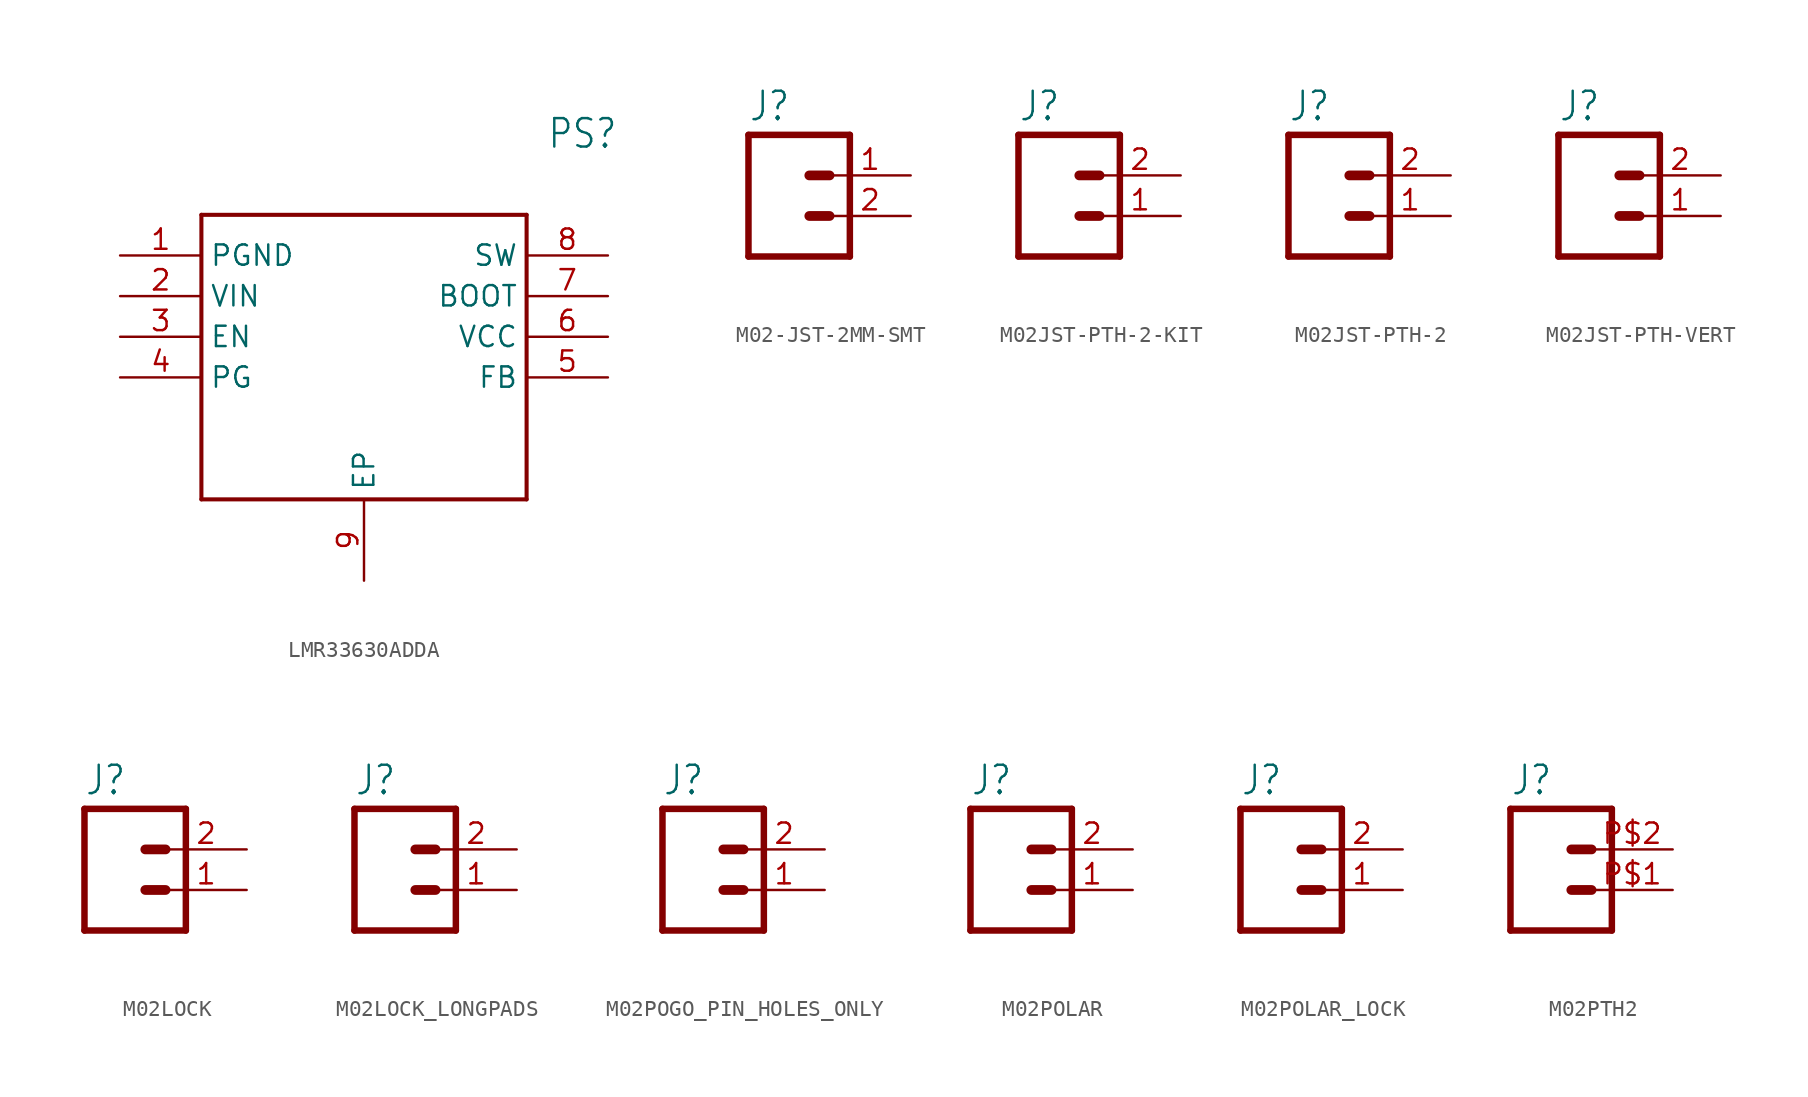
<source format=kicad_sym>
(kicad_symbol_lib
  (version 20231120)
  (generator "kicad_symbol_editor")
  (generator_version "8.0")
  (symbol "LMR33630ADDA"
    (property "Reference" "PS"
      (at 26.67 7.62 0)
      (effects (font (size 1.778 1.511)) (justify left)))
    (property "Value" ""
      (at 26.67 5.08 0)
      (effects (font (size 1.778 1.511)) (justify left)))
    (property "ki_locked" ""
      (at 0 0 0)
      (effects (font (size 1.27 1.27))))
    (symbol "LMR33630ADDA_1_0"
      (polyline (pts (xy 5.08 2.54) (xy 5.08 -15.24)) (stroke (width 0.254) (type solid)) (fill (type none)))
      (polyline (pts (xy 5.08 2.54) (xy 25.4 2.54)) (stroke (width 0.254) (type solid)) (fill (type none)))
      (polyline (pts (xy 25.4 -15.24) (xy 5.08 -15.24)) (stroke (width 0.254) (type solid)) (fill (type none)))
      (polyline (pts (xy 25.4 -15.24) (xy 25.4 2.54)) (stroke (width 0.254) (type solid)) (fill (type none)))
      (pin bidirectional line (at 0 0 0) (length 5.08) (name "PGND" (effects (font (size 1.27 1.27)))) (number "1" (effects (font (size 1.27 1.27)))))
      (pin bidirectional line (at 0 -2.54 0) (length 5.08) (name "VIN" (effects (font (size 1.27 1.27)))) (number "2" (effects (font (size 1.27 1.27)))))
      (pin bidirectional line (at 0 -5.08 0) (length 5.08) (name "EN" (effects (font (size 1.27 1.27)))) (number "3" (effects (font (size 1.27 1.27)))))
      (pin bidirectional line (at 0 -7.62 0) (length 5.08) (name "PG" (effects (font (size 1.27 1.27)))) (number "4" (effects (font (size 1.27 1.27)))))
      (pin bidirectional line (at 30.48 -7.62 180) (length 5.08) (name "FB" (effects (font (size 1.27 1.27)))) (number "5" (effects (font (size 1.27 1.27)))))
      (pin bidirectional line (at 30.48 -5.08 180) (length 5.08) (name "VCC" (effects (font (size 1.27 1.27)))) (number "6" (effects (font (size 1.27 1.27)))))
      (pin bidirectional line (at 30.48 -2.54 180) (length 5.08) (name "BOOT" (effects (font (size 1.27 1.27)))) (number "7" (effects (font (size 1.27 1.27)))))
      (pin bidirectional line (at 30.48 0 180) (length 5.08) (name "SW" (effects (font (size 1.27 1.27)))) (number "8" (effects (font (size 1.27 1.27)))))
      (pin bidirectional line (at 15.24 -20.32 90) (length 5.08) (name "EP" (effects (font (size 1.27 1.27)))) (number "9" (effects (font (size 1.27 1.27)))))))
  (symbol "M02-JST-2MM-SMT"
    (property "Reference" "J"
      (at -2.54 5.842 0)
      (effects (font (size 1.778 1.511)) (justify left bottom)))
    (property "Value" ""
      (at -2.54 -5.08 0)
      (effects (font (size 1.778 1.511)) (justify left bottom)))
    (property "ki_locked" ""
      (at 0 0 0)
      (effects (font (size 1.27 1.27))))
    (symbol "M02-JST-2MM-SMT_1_0"
      (polyline (pts (xy -2.54 5.08) (xy -2.54 -2.54)) (stroke (width 0.406) (type solid)) (fill (type none)))
      (polyline (pts (xy -2.54 5.08) (xy 3.81 5.08)) (stroke (width 0.406) (type solid)) (fill (type none)))
      (polyline (pts (xy 1.27 0) (xy 2.54 0)) (stroke (width 0.61) (type solid)) (fill (type none)))
      (polyline (pts (xy 1.27 2.54) (xy 2.54 2.54)) (stroke (width 0.61) (type solid)) (fill (type none)))
      (polyline (pts (xy 3.81 -2.54) (xy -2.54 -2.54)) (stroke (width 0.406) (type solid)) (fill (type none)))
      (polyline (pts (xy 3.81 -2.54) (xy 3.81 5.08)) (stroke (width 0.406) (type solid)) (fill (type none)))
      (pin passive line (at 7.62 2.54 180) (length 5.08) (name "2" (effects (font (size 0 0)))) (number "1" (effects (font (size 1.27 1.27)))))
      (pin passive line (at 7.62 0 180) (length 5.08) (name "1" (effects (font (size 0 0)))) (number "2" (effects (font (size 1.27 1.27)))))))
  (symbol "M02JST-PTH-2-KIT"
    (property "Reference" "J"
      (at -2.54 5.842 0)
      (effects (font (size 1.778 1.511)) (justify left bottom)))
    (property "Value" ""
      (at -2.54 -5.08 0)
      (effects (font (size 1.778 1.511)) (justify left bottom)))
    (property "ki_locked" ""
      (at 0 0 0)
      (effects (font (size 1.27 1.27))))
    (symbol "M02JST-PTH-2-KIT_1_0"
      (polyline (pts (xy -2.54 5.08) (xy -2.54 -2.54)) (stroke (width 0.406) (type solid)) (fill (type none)))
      (polyline (pts (xy -2.54 5.08) (xy 3.81 5.08)) (stroke (width 0.406) (type solid)) (fill (type none)))
      (polyline (pts (xy 1.27 0) (xy 2.54 0)) (stroke (width 0.61) (type solid)) (fill (type none)))
      (polyline (pts (xy 1.27 2.54) (xy 2.54 2.54)) (stroke (width 0.61) (type solid)) (fill (type none)))
      (polyline (pts (xy 3.81 -2.54) (xy -2.54 -2.54)) (stroke (width 0.406) (type solid)) (fill (type none)))
      (polyline (pts (xy 3.81 -2.54) (xy 3.81 5.08)) (stroke (width 0.406) (type solid)) (fill (type none)))
      (pin passive line (at 7.62 0 180) (length 5.08) (name "1" (effects (font (size 0 0)))) (number "1" (effects (font (size 1.27 1.27)))))
      (pin passive line (at 7.62 2.54 180) (length 5.08) (name "2" (effects (font (size 0 0)))) (number "2" (effects (font (size 1.27 1.27)))))))
  (symbol "M02JST-PTH-2"
    (property "Reference" "J"
      (at -2.54 5.842 0)
      (effects (font (size 1.778 1.511)) (justify left bottom)))
    (property "Value" ""
      (at -2.54 -5.08 0)
      (effects (font (size 1.778 1.511)) (justify left bottom)))
    (property "ki_locked" ""
      (at 0 0 0)
      (effects (font (size 1.27 1.27))))
    (symbol "M02JST-PTH-2_1_0"
      (polyline (pts (xy -2.54 5.08) (xy -2.54 -2.54)) (stroke (width 0.406) (type solid)) (fill (type none)))
      (polyline (pts (xy -2.54 5.08) (xy 3.81 5.08)) (stroke (width 0.406) (type solid)) (fill (type none)))
      (polyline (pts (xy 1.27 0) (xy 2.54 0)) (stroke (width 0.61) (type solid)) (fill (type none)))
      (polyline (pts (xy 1.27 2.54) (xy 2.54 2.54)) (stroke (width 0.61) (type solid)) (fill (type none)))
      (polyline (pts (xy 3.81 -2.54) (xy -2.54 -2.54)) (stroke (width 0.406) (type solid)) (fill (type none)))
      (polyline (pts (xy 3.81 -2.54) (xy 3.81 5.08)) (stroke (width 0.406) (type solid)) (fill (type none)))
      (pin passive line (at 7.62 0 180) (length 5.08) (name "1" (effects (font (size 0 0)))) (number "1" (effects (font (size 1.27 1.27)))))
      (pin passive line (at 7.62 2.54 180) (length 5.08) (name "2" (effects (font (size 0 0)))) (number "2" (effects (font (size 1.27 1.27)))))))
  (symbol "M02JST-PTH-VERT"
    (property "Reference" "J"
      (at -2.54 5.842 0)
      (effects (font (size 1.778 1.511)) (justify left bottom)))
    (property "Value" ""
      (at -2.54 -5.08 0)
      (effects (font (size 1.778 1.511)) (justify left bottom)))
    (property "ki_locked" ""
      (at 0 0 0)
      (effects (font (size 1.27 1.27))))
    (symbol "M02JST-PTH-VERT_1_0"
      (polyline (pts (xy -2.54 5.08) (xy -2.54 -2.54)) (stroke (width 0.406) (type solid)) (fill (type none)))
      (polyline (pts (xy -2.54 5.08) (xy 3.81 5.08)) (stroke (width 0.406) (type solid)) (fill (type none)))
      (polyline (pts (xy 1.27 0) (xy 2.54 0)) (stroke (width 0.61) (type solid)) (fill (type none)))
      (polyline (pts (xy 1.27 2.54) (xy 2.54 2.54)) (stroke (width 0.61) (type solid)) (fill (type none)))
      (polyline (pts (xy 3.81 -2.54) (xy -2.54 -2.54)) (stroke (width 0.406) (type solid)) (fill (type none)))
      (polyline (pts (xy 3.81 -2.54) (xy 3.81 5.08)) (stroke (width 0.406) (type solid)) (fill (type none)))
      (pin passive line (at 7.62 0 180) (length 5.08) (name "1" (effects (font (size 0 0)))) (number "1" (effects (font (size 1.27 1.27)))))
      (pin passive line (at 7.62 2.54 180) (length 5.08) (name "2" (effects (font (size 0 0)))) (number "2" (effects (font (size 1.27 1.27)))))))
  (symbol "M02LOCK"
    (property "Reference" "J"
      (at -2.54 5.842 0)
      (effects (font (size 1.778 1.511)) (justify left bottom)))
    (property "Value" ""
      (at -2.54 -5.08 0)
      (effects (font (size 1.778 1.511)) (justify left bottom)))
    (property "ki_locked" ""
      (at 0 0 0)
      (effects (font (size 1.27 1.27))))
    (symbol "M02LOCK_1_0"
      (polyline (pts (xy -2.54 5.08) (xy -2.54 -2.54)) (stroke (width 0.406) (type solid)) (fill (type none)))
      (polyline (pts (xy -2.54 5.08) (xy 3.81 5.08)) (stroke (width 0.406) (type solid)) (fill (type none)))
      (polyline (pts (xy 1.27 0) (xy 2.54 0)) (stroke (width 0.61) (type solid)) (fill (type none)))
      (polyline (pts (xy 1.27 2.54) (xy 2.54 2.54)) (stroke (width 0.61) (type solid)) (fill (type none)))
      (polyline (pts (xy 3.81 -2.54) (xy -2.54 -2.54)) (stroke (width 0.406) (type solid)) (fill (type none)))
      (polyline (pts (xy 3.81 -2.54) (xy 3.81 5.08)) (stroke (width 0.406) (type solid)) (fill (type none)))
      (pin passive line (at 7.62 0 180) (length 5.08) (name "1" (effects (font (size 0 0)))) (number "1" (effects (font (size 1.27 1.27)))))
      (pin passive line (at 7.62 2.54 180) (length 5.08) (name "2" (effects (font (size 0 0)))) (number "2" (effects (font (size 1.27 1.27)))))))
  (symbol "M02LOCK_LONGPADS"
    (property "Reference" "J"
      (at -2.54 5.842 0)
      (effects (font (size 1.778 1.511)) (justify left bottom)))
    (property "Value" ""
      (at -2.54 -5.08 0)
      (effects (font (size 1.778 1.511)) (justify left bottom)))
    (property "ki_locked" ""
      (at 0 0 0)
      (effects (font (size 1.27 1.27))))
    (symbol "M02LOCK_LONGPADS_1_0"
      (polyline (pts (xy -2.54 5.08) (xy -2.54 -2.54)) (stroke (width 0.406) (type solid)) (fill (type none)))
      (polyline (pts (xy -2.54 5.08) (xy 3.81 5.08)) (stroke (width 0.406) (type solid)) (fill (type none)))
      (polyline (pts (xy 1.27 0) (xy 2.54 0)) (stroke (width 0.61) (type solid)) (fill (type none)))
      (polyline (pts (xy 1.27 2.54) (xy 2.54 2.54)) (stroke (width 0.61) (type solid)) (fill (type none)))
      (polyline (pts (xy 3.81 -2.54) (xy -2.54 -2.54)) (stroke (width 0.406) (type solid)) (fill (type none)))
      (polyline (pts (xy 3.81 -2.54) (xy 3.81 5.08)) (stroke (width 0.406) (type solid)) (fill (type none)))
      (pin passive line (at 7.62 0 180) (length 5.08) (name "1" (effects (font (size 0 0)))) (number "1" (effects (font (size 1.27 1.27)))))
      (pin passive line (at 7.62 2.54 180) (length 5.08) (name "2" (effects (font (size 0 0)))) (number "2" (effects (font (size 1.27 1.27)))))))
  (symbol "M02POGO_PIN_HOLES_ONLY"
    (property "Reference" "J"
      (at -2.54 5.842 0)
      (effects (font (size 1.778 1.511)) (justify left bottom)))
    (property "Value" ""
      (at -2.54 -5.08 0)
      (effects (font (size 1.778 1.511)) (justify left bottom)))
    (property "ki_locked" ""
      (at 0 0 0)
      (effects (font (size 1.27 1.27))))
    (symbol "M02POGO_PIN_HOLES_ONLY_1_0"
      (polyline (pts (xy -2.54 5.08) (xy -2.54 -2.54)) (stroke (width 0.406) (type solid)) (fill (type none)))
      (polyline (pts (xy -2.54 5.08) (xy 3.81 5.08)) (stroke (width 0.406) (type solid)) (fill (type none)))
      (polyline (pts (xy 1.27 0) (xy 2.54 0)) (stroke (width 0.61) (type solid)) (fill (type none)))
      (polyline (pts (xy 1.27 2.54) (xy 2.54 2.54)) (stroke (width 0.61) (type solid)) (fill (type none)))
      (polyline (pts (xy 3.81 -2.54) (xy -2.54 -2.54)) (stroke (width 0.406) (type solid)) (fill (type none)))
      (polyline (pts (xy 3.81 -2.54) (xy 3.81 5.08)) (stroke (width 0.406) (type solid)) (fill (type none)))
      (pin passive line (at 7.62 0 180) (length 5.08) (name "1" (effects (font (size 0 0)))) (number "1" (effects (font (size 1.27 1.27)))))
      (pin passive line (at 7.62 2.54 180) (length 5.08) (name "2" (effects (font (size 0 0)))) (number "2" (effects (font (size 1.27 1.27)))))))
  (symbol "M02POLAR"
    (property "Reference" "J"
      (at -2.54 5.842 0)
      (effects (font (size 1.778 1.511)) (justify left bottom)))
    (property "Value" ""
      (at -2.54 -5.08 0)
      (effects (font (size 1.778 1.511)) (justify left bottom)))
    (property "ki_locked" ""
      (at 0 0 0)
      (effects (font (size 1.27 1.27))))
    (symbol "M02POLAR_1_0"
      (polyline (pts (xy -2.54 5.08) (xy -2.54 -2.54)) (stroke (width 0.406) (type solid)) (fill (type none)))
      (polyline (pts (xy -2.54 5.08) (xy 3.81 5.08)) (stroke (width 0.406) (type solid)) (fill (type none)))
      (polyline (pts (xy 1.27 0) (xy 2.54 0)) (stroke (width 0.61) (type solid)) (fill (type none)))
      (polyline (pts (xy 1.27 2.54) (xy 2.54 2.54)) (stroke (width 0.61) (type solid)) (fill (type none)))
      (polyline (pts (xy 3.81 -2.54) (xy -2.54 -2.54)) (stroke (width 0.406) (type solid)) (fill (type none)))
      (polyline (pts (xy 3.81 -2.54) (xy 3.81 5.08)) (stroke (width 0.406) (type solid)) (fill (type none)))
      (pin passive line (at 7.62 0 180) (length 5.08) (name "1" (effects (font (size 0 0)))) (number "1" (effects (font (size 1.27 1.27)))))
      (pin passive line (at 7.62 2.54 180) (length 5.08) (name "2" (effects (font (size 0 0)))) (number "2" (effects (font (size 1.27 1.27)))))))
  (symbol "M02POLAR_LOCK"
    (property "Reference" "J"
      (at -2.54 5.842 0)
      (effects (font (size 1.778 1.511)) (justify left bottom)))
    (property "Value" ""
      (at -2.54 -5.08 0)
      (effects (font (size 1.778 1.511)) (justify left bottom)))
    (property "ki_locked" ""
      (at 0 0 0)
      (effects (font (size 1.27 1.27))))
    (symbol "M02POLAR_LOCK_1_0"
      (polyline (pts (xy -2.54 5.08) (xy -2.54 -2.54)) (stroke (width 0.406) (type solid)) (fill (type none)))
      (polyline (pts (xy -2.54 5.08) (xy 3.81 5.08)) (stroke (width 0.406) (type solid)) (fill (type none)))
      (polyline (pts (xy 1.27 0) (xy 2.54 0)) (stroke (width 0.61) (type solid)) (fill (type none)))
      (polyline (pts (xy 1.27 2.54) (xy 2.54 2.54)) (stroke (width 0.61) (type solid)) (fill (type none)))
      (polyline (pts (xy 3.81 -2.54) (xy -2.54 -2.54)) (stroke (width 0.406) (type solid)) (fill (type none)))
      (polyline (pts (xy 3.81 -2.54) (xy 3.81 5.08)) (stroke (width 0.406) (type solid)) (fill (type none)))
      (pin passive line (at 7.62 0 180) (length 5.08) (name "1" (effects (font (size 0 0)))) (number "1" (effects (font (size 1.27 1.27)))))
      (pin passive line (at 7.62 2.54 180) (length 5.08) (name "2" (effects (font (size 0 0)))) (number "2" (effects (font (size 1.27 1.27)))))))
  (symbol "M02PTH2"
    (property "Reference" "J"
      (at -2.54 5.842 0)
      (effects (font (size 1.778 1.511)) (justify left bottom)))
    (property "Value" ""
      (at -2.54 -5.08 0)
      (effects (font (size 1.778 1.511)) (justify left bottom)))
    (property "ki_locked" ""
      (at 0 0 0)
      (effects (font (size 1.27 1.27))))
    (symbol "M02PTH2_1_0"
      (polyline (pts (xy -2.54 5.08) (xy -2.54 -2.54)) (stroke (width 0.406) (type solid)) (fill (type none)))
      (polyline (pts (xy -2.54 5.08) (xy 3.81 5.08)) (stroke (width 0.406) (type solid)) (fill (type none)))
      (polyline (pts (xy 1.27 0) (xy 2.54 0)) (stroke (width 0.61) (type solid)) (fill (type none)))
      (polyline (pts (xy 1.27 2.54) (xy 2.54 2.54)) (stroke (width 0.61) (type solid)) (fill (type none)))
      (polyline (pts (xy 3.81 -2.54) (xy -2.54 -2.54)) (stroke (width 0.406) (type solid)) (fill (type none)))
      (polyline (pts (xy 3.81 -2.54) (xy 3.81 5.08)) (stroke (width 0.406) (type solid)) (fill (type none)))
      (pin passive line (at 7.62 0 180) (length 5.08) (name "1" (effects (font (size 0 0)))) (number "P$1" (effects (font (size 1.27 1.27)))))
      (pin passive line (at 7.62 2.54 180) (length 5.08) (name "2" (effects (font (size 0 0)))) (number "P$2" (effects (font (size 1.27 1.27))))))))
</source>
